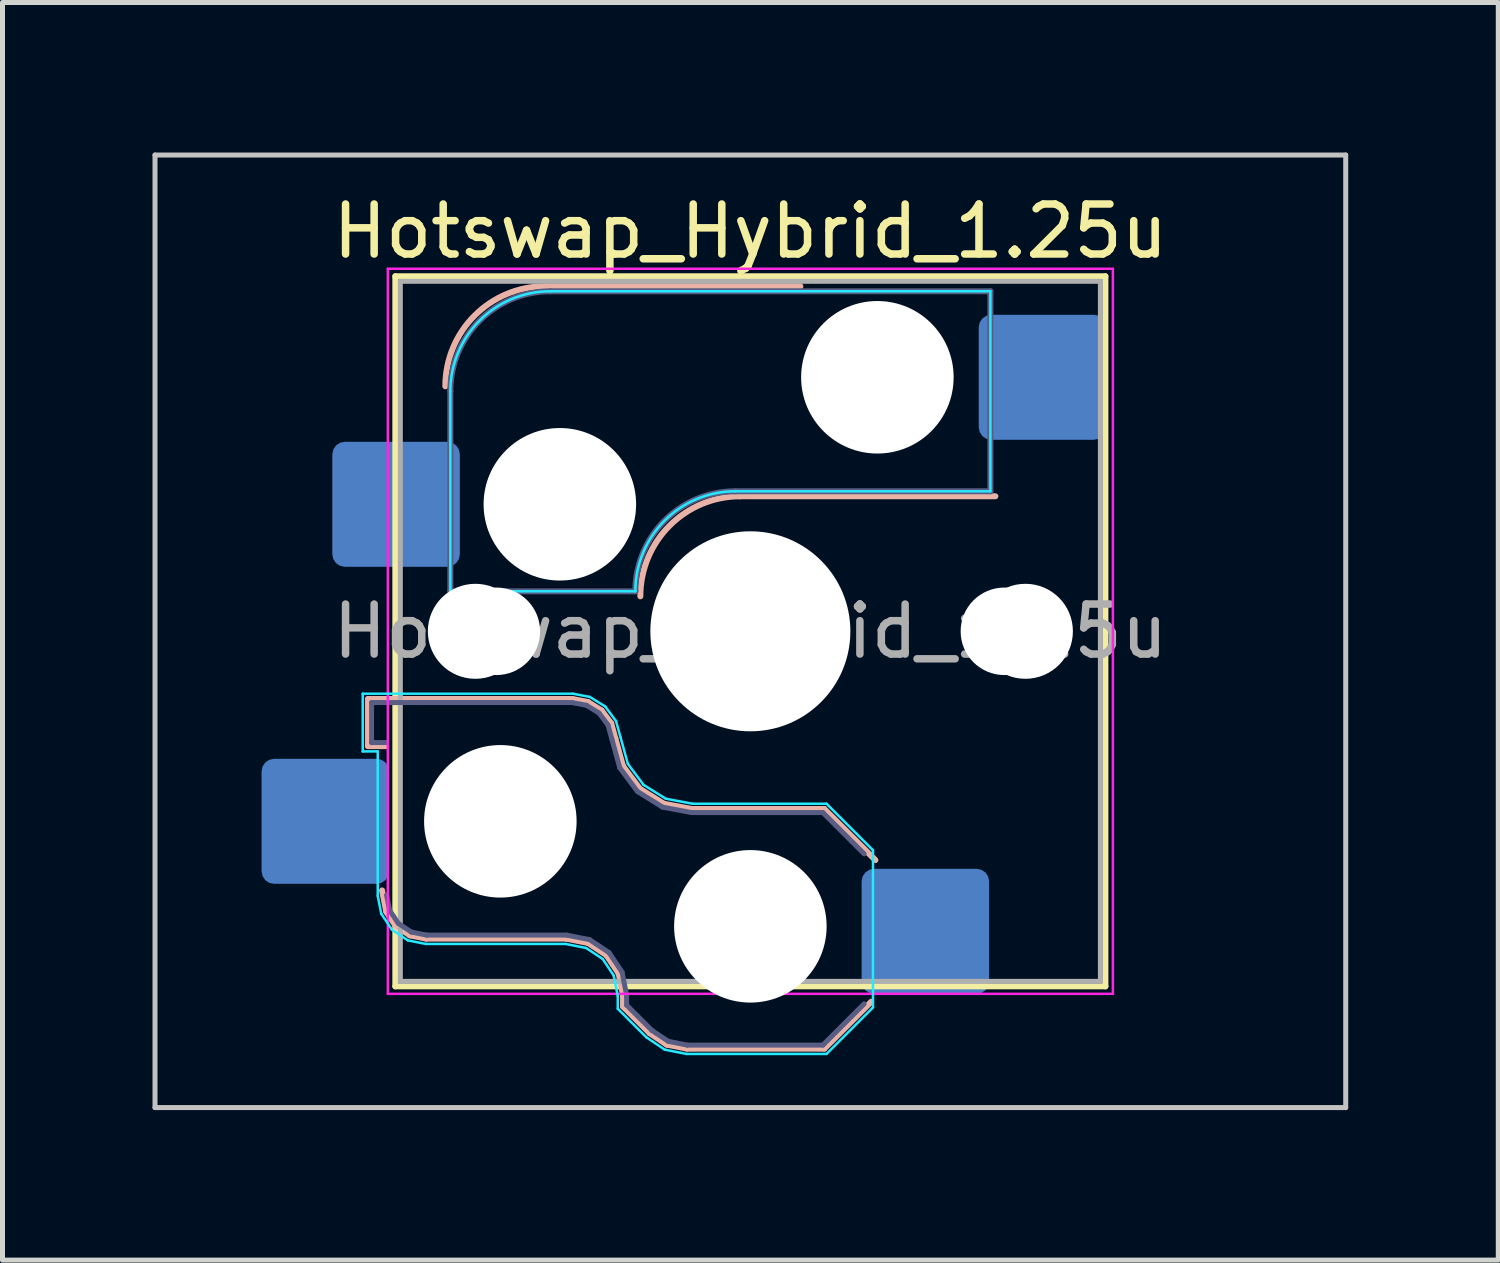
<source format=kicad_pcb>
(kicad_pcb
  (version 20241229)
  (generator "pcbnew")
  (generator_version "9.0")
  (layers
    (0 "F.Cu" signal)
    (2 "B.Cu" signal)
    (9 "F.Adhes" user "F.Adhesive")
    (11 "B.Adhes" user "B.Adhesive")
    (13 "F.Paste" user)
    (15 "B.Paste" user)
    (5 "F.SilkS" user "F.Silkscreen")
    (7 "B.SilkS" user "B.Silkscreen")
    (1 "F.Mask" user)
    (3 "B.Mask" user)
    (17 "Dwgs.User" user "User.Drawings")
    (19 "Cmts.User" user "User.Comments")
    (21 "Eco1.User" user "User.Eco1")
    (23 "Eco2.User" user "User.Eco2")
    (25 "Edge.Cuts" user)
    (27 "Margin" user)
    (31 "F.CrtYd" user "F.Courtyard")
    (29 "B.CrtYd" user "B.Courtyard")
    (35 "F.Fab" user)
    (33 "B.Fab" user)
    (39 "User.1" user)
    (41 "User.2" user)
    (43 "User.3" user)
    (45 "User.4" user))
  (footprint "Hotswap_Hybrid_1.25u"
    (layer "F.Cu")
    (at 11.956 9.575)
    (property "Reference" "Hotswap_Hybrid_1.25u" (at 0 -8 0) (layer "F.SilkS") (effects (font (size 1 1) (thickness 0.15))))
    (attr smd)
    (fp_line (start -7.1 -7.1) (end -7.1 7.1) (stroke (width 0.12) (type solid)) (layer "F.SilkS"))
    (fp_line (start -7.1 7.1) (end 7.1 7.1) (stroke (width 0.12) (type solid)) (layer "F.SilkS"))
    (fp_line (start 7.1 -7.1) (end -7.1 -7.1) (stroke (width 0.12) (type solid)) (layer "F.SilkS"))
    (fp_line (start 7.1 7.1) (end 7.1 -7.1) (stroke (width 0.12) (type solid)) (layer "F.SilkS"))
    (fp_line (start -7.646 1.354) (end -3.56 1.354) (stroke (width 0.12) (type solid)) (layer "B.SilkS"))
    (fp_line (start -7.646 2.296) (end -7.646 1.354) (stroke (width 0.12) (type solid)) (layer "B.SilkS"))
    (fp_line (start -7.283 2.296) (end -7.646 2.296) (stroke (width 0.12) (type solid)) (layer "B.SilkS"))
    (fp_line (start -7.281 5.609) (end -7.366 5.182) (stroke (width 0.12) (type solid)) (layer "B.SilkS"))
    (fp_line (start -7.092 5.892) (end -7.281 5.609) (stroke (width 0.12) (type solid)) (layer "B.SilkS"))
    (fp_line (start -6.809 6.081) (end -7.092 5.892) (stroke (width 0.12) (type solid)) (layer "B.SilkS"))
    (fp_line (start -6.482 6.146) (end -6.809 6.081) (stroke (width 0.12) (type solid)) (layer "B.SilkS"))
    (fp_line (start -4.1 -6.9) (end 1 -6.9) (stroke (width 0.12) (type solid)) (layer "B.SilkS"))
    (fp_line (start -3.682 6.146) (end -6.482 6.146) (stroke (width 0.12) (type solid)) (layer "B.SilkS"))
    (fp_line (start -3.56 1.354) (end -3.25 1.413) (stroke (width 0.12) (type solid)) (layer "B.SilkS"))
    (fp_line (start -3.25 1.413) (end -2.976 1.583) (stroke (width 0.12) (type solid)) (layer "B.SilkS"))
    (fp_line (start -3.244 6.233) (end -3.682 6.146) (stroke (width 0.12) (type solid)) (layer "B.SilkS"))
    (fp_line (start -2.976 1.583) (end -2.783 1.841) (stroke (width 0.12) (type solid)) (layer "B.SilkS"))
    (fp_line (start -2.877 6.477) (end -3.244 6.233) (stroke (width 0.12) (type solid)) (layer "B.SilkS"))
    (fp_line (start -2.783 1.841) (end -2.701 2.139) (stroke (width 0.12) (type solid)) (layer "B.SilkS"))
    (fp_line (start -2.701 2.139) (end -2.547 2.697) (stroke (width 0.12) (type solid)) (layer "B.SilkS"))
    (fp_line (start -2.633 6.844) (end -2.877 6.477) (stroke (width 0.12) (type solid)) (layer "B.SilkS"))
    (fp_line (start -2.547 2.697) (end -2.209 3.15) (stroke (width 0.12) (type solid)) (layer "B.SilkS"))
    (fp_line (start -2.546 7.504) (end -2.546 7.282) (stroke (width 0.12) (type solid)) (layer "B.SilkS"))
    (fp_line (start -2.546 7.282) (end -2.633 6.844) (stroke (width 0.12) (type solid)) (layer "B.SilkS"))
    (fp_line (start -2.209 3.15) (end -1.73 3.449) (stroke (width 0.12) (type solid)) (layer "B.SilkS"))
    (fp_line (start -2.013 8.037) (end -2.546 7.504) (stroke (width 0.12) (type solid)) (layer "B.SilkS"))
    (fp_line (start -1.73 3.449) (end -1.168 3.554) (stroke (width 0.12) (type solid)) (layer "B.SilkS"))
    (fp_line (start -1.671 8.266) (end -2.013 8.037) (stroke (width 0.12) (type solid)) (layer "B.SilkS"))
    (fp_line (start -1.268 8.346) (end -1.671 8.266) (stroke (width 0.12) (type solid)) (layer "B.SilkS"))
    (fp_line (start -1.168 3.554) (end 1.479 3.554) (stroke (width 0.12) (type solid)) (layer "B.SilkS"))
    (fp_line (start -0.2 -2.7) (end 4.9 -2.7) (stroke (width 0.12) (type solid)) (layer "B.SilkS"))
    (fp_line (start 1.479 3.554) (end 2.5 4.575) (stroke (width 0.12) (type solid)) (layer "B.SilkS"))
    (fp_line (start 1.479 8.346) (end -1.268 8.346) (stroke (width 0.12) (type solid)) (layer "B.SilkS"))
    (fp_line (start 2.416 7.409) (end 1.479 8.346) (stroke (width 0.12) (type solid)) (layer "B.SilkS"))
    (fp_arc (start -6.1 -4.9) (mid -5.514214 -6.314214) (end -4.1 -6.9) (stroke (width 0.12) (type solid)) (layer "B.SilkS"))
    (fp_arc (start -2.2 -0.7) (mid -1.614214 -2.114214) (end -0.2 -2.7) (stroke (width 0.12) (type solid)) (layer "B.SilkS"))
    (fp_line (start -11.906 -9.525) (end -11.906 9.525) (stroke (width 0.1) (type solid)) (layer "Dwgs.User"))
    (fp_line (start -11.906 9.525) (end 11.906 9.525) (stroke (width 0.1) (type solid)) (layer "Dwgs.User"))
    (fp_line (start 11.906 -9.525) (end -11.906 -9.525) (stroke (width 0.1) (type solid)) (layer "Dwgs.User"))
    (fp_line (start 11.906 9.525) (end 11.906 -9.525) (stroke (width 0.1) (type solid)) (layer "Dwgs.User"))
    (fp_line (start -7.8 -6) (end -7 -6) (stroke (width 0.1) (type solid)) (layer "Eco1.User"))
    (fp_line (start -7.8 -2.9) (end -7.8 -6) (stroke (width 0.1) (type solid)) (layer "Eco1.User"))
    (fp_line (start -7.8 2.9) (end -7 2.9) (stroke (width 0.1) (type solid)) (layer "Eco1.User"))
    (fp_line (start -7.8 6) (end -7.8 2.9) (stroke (width 0.1) (type solid)) (layer "Eco1.User"))
    (fp_line (start -7 -7) (end 7 -7) (stroke (width 0.1) (type solid)) (layer "Eco1.User"))
    (fp_line (start -7 -6) (end -7 -7) (stroke (width 0.1) (type solid)) (layer "Eco1.User"))
    (fp_line (start -7 -2.9) (end -7.8 -2.9) (stroke (width 0.1) (type solid)) (layer "Eco1.User"))
    (fp_line (start -7 2.9) (end -7 -2.9) (stroke (width 0.1) (type solid)) (layer "Eco1.User"))
    (fp_line (start -7 6) (end -7.8 6) (stroke (width 0.1) (type solid)) (layer "Eco1.User"))
    (fp_line (start -7 7) (end -7 6) (stroke (width 0.1) (type solid)) (layer "Eco1.User"))
    (fp_line (start 7 -7) (end 7 -6) (stroke (width 0.1) (type solid)) (layer "Eco1.User"))
    (fp_line (start 7 -6) (end 7.8 -6) (stroke (width 0.1) (type solid)) (layer "Eco1.User"))
    (fp_line (start 7 -2.9) (end 7 2.9) (stroke (width 0.1) (type solid)) (layer "Eco1.User"))
    (fp_line (start 7 2.9) (end 7.8 2.9) (stroke (width 0.1) (type solid)) (layer "Eco1.User"))
    (fp_line (start 7 6) (end 7 7) (stroke (width 0.1) (type solid)) (layer "Eco1.User"))
    (fp_line (start 7 7) (end -7 7) (stroke (width 0.1) (type solid)) (layer "Eco1.User"))
    (fp_line (start 7.8 -6) (end 7.8 -2.9) (stroke (width 0.1) (type solid)) (layer "Eco1.User"))
    (fp_line (start 7.8 -2.9) (end 7 -2.9) (stroke (width 0.1) (type solid)) (layer "Eco1.User"))
    (fp_line (start 7.8 2.9) (end 7.8 6) (stroke (width 0.1) (type solid)) (layer "Eco1.User"))
    (fp_line (start 7.8 6) (end 7 6) (stroke (width 0.1) (type solid)) (layer "Eco1.User"))
    (fp_line (start -7.752 1.248) (end -3.55 1.248) (stroke (width 0.05) (type solid)) (layer "B.CrtYd"))
    (fp_line (start -7.752 2.402) (end -7.752 1.248) (stroke (width 0.05) (type solid)) (layer "B.CrtYd"))
    (fp_line (start -7.452 2.402) (end -7.752 2.402) (stroke (width 0.05) (type solid)) (layer "B.CrtYd"))
    (fp_line (start -7.452 5.292) (end -7.452 2.402) (stroke (width 0.05) (type solid)) (layer "B.CrtYd"))
    (fp_line (start -7.381 5.65) (end -7.452 5.292) (stroke (width 0.05) (type solid)) (layer "B.CrtYd"))
    (fp_line (start -7.168 5.968) (end -7.381 5.65) (stroke (width 0.05) (type solid)) (layer "B.CrtYd"))
    (fp_line (start -6.85 6.181) (end -7.168 5.968) (stroke (width 0.05) (type solid)) (layer "B.CrtYd"))
    (fp_line (start -6.492 6.252) (end -6.85 6.181) (stroke (width 0.05) (type solid)) (layer "B.CrtYd"))
    (fp_line (start -6 -0.8) (end -6 -4.8) (stroke (width 0.05) (type solid)) (layer "B.CrtYd"))
    (fp_line (start -6 -0.8) (end -2.3 -0.8) (stroke (width 0.05) (type solid)) (layer "B.CrtYd"))
    (fp_line (start -4 -6.8) (end 4.8 -6.8) (stroke (width 0.05) (type solid)) (layer "B.CrtYd"))
    (fp_line (start -3.692 6.252) (end -6.492 6.252) (stroke (width 0.05) (type solid)) (layer "B.CrtYd"))
    (fp_line (start -3.55 1.248) (end -3.211 1.312) (stroke (width 0.05) (type solid)) (layer "B.CrtYd"))
    (fp_line (start -3.285 6.333) (end -3.692 6.252) (stroke (width 0.05) (type solid)) (layer "B.CrtYd"))
    (fp_line (start -3.211 1.312) (end -2.903 1.503) (stroke (width 0.05) (type solid)) (layer "B.CrtYd"))
    (fp_line (start -2.953 6.553) (end -3.285 6.333) (stroke (width 0.05) (type solid)) (layer "B.CrtYd"))
    (fp_line (start -2.903 1.503) (end -2.687 1.794) (stroke (width 0.05) (type solid)) (layer "B.CrtYd"))
    (fp_line (start -2.733 6.885) (end -2.953 6.553) (stroke (width 0.05) (type solid)) (layer "B.CrtYd"))
    (fp_line (start -2.687 1.794) (end -2.599 2.111) (stroke (width 0.05) (type solid)) (layer "B.CrtYd"))
    (fp_line (start -2.652 7.292) (end -2.733 6.885) (stroke (width 0.05) (type solid)) (layer "B.CrtYd"))
    (fp_line (start -2.652 7.548) (end -2.652 7.292) (stroke (width 0.05) (type solid)) (layer "B.CrtYd"))
    (fp_line (start -2.599 2.111) (end -2.45 2.65) (stroke (width 0.05) (type solid)) (layer "B.CrtYd"))
    (fp_line (start -2.45 2.65) (end -2.136 3.071) (stroke (width 0.05) (type solid)) (layer "B.CrtYd"))
    (fp_line (start -2.136 3.071) (end -1.691 3.348) (stroke (width 0.05) (type solid)) (layer "B.CrtYd"))
    (fp_line (start -2.081 8.119) (end -2.652 7.548) (stroke (width 0.05) (type solid)) (layer "B.CrtYd"))
    (fp_line (start -1.712 8.366) (end -2.081 8.119) (stroke (width 0.05) (type solid)) (layer "B.CrtYd"))
    (fp_line (start -1.691 3.348) (end -1.159 3.448) (stroke (width 0.05) (type solid)) (layer "B.CrtYd"))
    (fp_line (start -1.278 8.452) (end -1.712 8.366) (stroke (width 0.05) (type solid)) (layer "B.CrtYd"))
    (fp_line (start -1.159 3.448) (end 1.523 3.448) (stroke (width 0.05) (type solid)) (layer "B.CrtYd"))
    (fp_line (start -0.3 -2.8) (end 4.8 -2.8) (stroke (width 0.05) (type solid)) (layer "B.CrtYd"))
    (fp_line (start 1.523 3.448) (end 2.452 4.377) (stroke (width 0.05) (type solid)) (layer "B.CrtYd"))
    (fp_line (start 1.523 8.452) (end -1.278 8.452) (stroke (width 0.05) (type solid)) (layer "B.CrtYd"))
    (fp_line (start 2.452 4.377) (end 2.452 7.523) (stroke (width 0.05) (type solid)) (layer "B.CrtYd"))
    (fp_line (start 2.452 7.523) (end 1.523 8.452) (stroke (width 0.05) (type solid)) (layer "B.CrtYd"))
    (fp_line (start 4.8 -6.8) (end 4.8 -2.8) (stroke (width 0.05) (type solid)) (layer "B.CrtYd"))
    (fp_arc (start -6 -4.8) (mid -5.414214 -6.214213) (end -4 -6.8) (stroke (width 0.05) (type solid)) (layer "B.CrtYd"))
    (fp_arc (start -2.3 -0.8) (mid -1.714214 -2.214214) (end -0.3 -2.8) (stroke (width 0.05) (type solid)) (layer "B.CrtYd"))
    (fp_line (start -7.25 -7.25) (end -7.25 7.25) (stroke (width 0.05) (type solid)) (layer "F.CrtYd"))
    (fp_line (start -7.25 7.25) (end 7.25 7.25) (stroke (width 0.05) (type solid)) (layer "F.CrtYd"))
    (fp_line (start 7.25 -7.25) (end -7.25 -7.25) (stroke (width 0.05) (type solid)) (layer "F.CrtYd"))
    (fp_line (start 7.25 7.25) (end 7.25 -7.25) (stroke (width 0.05) (type solid)) (layer "F.CrtYd"))
    (fp_line (start -7.575 1.425) (end -3.567 1.425) (stroke (width 0.1) (type solid)) (layer "B.Fab"))
    (fp_line (start -7.575 2.225) (end -7.575 1.425) (stroke (width 0.1) (type solid)) (layer "B.Fab"))
    (fp_line (start -7.275 2.225) (end -7.575 2.225) (stroke (width 0.1) (type solid)) (layer "B.Fab"))
    (fp_line (start -7.214 5.581) (end -7.275 5.275) (stroke (width 0.1) (type solid)) (layer "B.Fab"))
    (fp_line (start -7.041 5.841) (end -7.214 5.581) (stroke (width 0.1) (type solid)) (layer "B.Fab"))
    (fp_line (start -6.781 6.014) (end -7.041 5.841) (stroke (width 0.1) (type solid)) (layer "B.Fab"))
    (fp_line (start -6.475 6.075) (end -6.781 6.014) (stroke (width 0.1) (type solid)) (layer "B.Fab"))
    (fp_line (start -6 -0.8) (end -6 -4.8) (stroke (width 0.12) (type solid)) (layer "B.Fab"))
    (fp_line (start -6 -0.8) (end -2.3 -0.8) (stroke (width 0.12) (type solid)) (layer "B.Fab"))
    (fp_line (start -4 -6.8) (end 4.8 -6.8) (stroke (width 0.12) (type solid)) (layer "B.Fab"))
    (fp_line (start -3.675 6.075) (end -6.475 6.075) (stroke (width 0.1) (type solid)) (layer "B.Fab"))
    (fp_line (start -3.567 1.425) (end -3.276 1.48) (stroke (width 0.1) (type solid)) (layer "B.Fab"))
    (fp_line (start -3.276 1.48) (end -3.025 1.636) (stroke (width 0.1) (type solid)) (layer "B.Fab"))
    (fp_line (start -3.216 6.166) (end -3.675 6.075) (stroke (width 0.1) (type solid)) (layer "B.Fab"))
    (fp_line (start -3.025 1.636) (end -2.848 1.873) (stroke (width 0.1) (type solid)) (layer "B.Fab"))
    (fp_line (start -2.848 1.873) (end -2.769 2.158) (stroke (width 0.1) (type solid)) (layer "B.Fab"))
    (fp_line (start -2.826 6.426) (end -3.216 6.166) (stroke (width 0.1) (type solid)) (layer "B.Fab"))
    (fp_line (start -2.769 2.158) (end -2.612 2.729) (stroke (width 0.1) (type solid)) (layer "B.Fab"))
    (fp_line (start -2.612 2.729) (end -2.258 3.203) (stroke (width 0.1) (type solid)) (layer "B.Fab"))
    (fp_line (start -2.566 6.816) (end -2.826 6.426) (stroke (width 0.1) (type solid)) (layer "B.Fab"))
    (fp_line (start -2.475 7.275) (end -2.566 6.816) (stroke (width 0.1) (type solid)) (layer "B.Fab"))
    (fp_line (start -2.475 7.475) (end -2.475 7.275) (stroke (width 0.1) (type solid)) (layer "B.Fab"))
    (fp_line (start -2.258 3.203) (end -1.756 3.516) (stroke (width 0.1) (type solid)) (layer "B.Fab"))
    (fp_line (start -1.968 7.982) (end -2.475 7.475) (stroke (width 0.1) (type solid)) (layer "B.Fab"))
    (fp_line (start -1.756 3.516) (end -1.175 3.625) (stroke (width 0.1) (type solid)) (layer "B.Fab"))
    (fp_line (start -1.643 8.199) (end -1.968 7.982) (stroke (width 0.1) (type solid)) (layer "B.Fab"))
    (fp_line (start -1.261 8.275) (end -1.643 8.199) (stroke (width 0.1) (type solid)) (layer "B.Fab"))
    (fp_line (start -1.175 3.625) (end 1.45 3.625) (stroke (width 0.1) (type solid)) (layer "B.Fab"))
    (fp_line (start -0.3 -2.8) (end 4.8 -2.8) (stroke (width 0.12) (type solid)) (layer "B.Fab"))
    (fp_line (start 1.45 3.625) (end 2.275 4.45) (stroke (width 0.1) (type solid)) (layer "B.Fab"))
    (fp_line (start 1.45 8.275) (end -1.261 8.275) (stroke (width 0.1) (type solid)) (layer "B.Fab"))
    (fp_line (start 2.275 7.45) (end 1.45 8.275) (stroke (width 0.1) (type solid)) (layer "B.Fab"))
    (fp_line (start 4.8 -6.8) (end 4.8 -2.8) (stroke (width 0.12) (type solid)) (layer "B.Fab"))
    (fp_arc (start -6 -4.8) (mid -5.414214 -6.214213) (end -4 -6.8) (stroke (width 0.12) (type solid)) (layer "B.Fab"))
    (fp_arc (start -2.3 -0.8) (mid -1.714214 -2.214214) (end -0.3 -2.8) (stroke (width 0.12) (type solid)) (layer "B.Fab"))
    (fp_line (start -7 -7) (end -7 7) (stroke (width 0.1) (type solid)) (layer "F.Fab"))
    (fp_line (start -7 7) (end 7 7) (stroke (width 0.1) (type solid)) (layer "F.Fab"))
    (fp_line (start 7 -7) (end -7 -7) (stroke (width 0.1) (type solid)) (layer "F.Fab"))
    (fp_line (start 7 7) (end 7 -7) (stroke (width 0.1) (type solid)) (layer "F.Fab"))
    (fp_text user "${REFERENCE}" (at 0 0 0) (layer "F.Fab") (effects (font (size 1 1) (thickness 0.15))))
    (pad "" np_thru_hole circle (at -5.5 0 180) (size 1.9 1.9) (drill 1.9) (layers "*.Cu" "*.Mask"))
    (pad "" np_thru_hole circle (at -5.08 0) (size 1.75 1.75) (drill 1.75) (layers "*.Cu" "*.Mask"))
    (pad "" np_thru_hole circle (at -5 3.8 180) (size 3.05 3.05) (drill 3.05) (layers "*.Cu" "*.Mask"))
    (pad "" np_thru_hole circle (at -3.81 -2.54) (size 3.05 3.05) (drill 3.05) (layers "*.Cu" "*.Mask"))
    (pad "" np_thru_hole circle (at 0 0 180) (size 3.45 3.45) (drill 3.45) (layers "*.Cu" "*.Mask"))
    (pad "" np_thru_hole circle (at 0 0) (size 4 4) (drill 4) (layers "*.Cu" "*.Mask"))
    (pad "" np_thru_hole circle (at 0 5.9 180) (size 3.05 3.05) (drill 3.05) (layers "*.Cu" "*.Mask"))
    (pad "" np_thru_hole circle (at 2.54 -5.08) (size 3.05 3.05) (drill 3.05) (layers "*.Cu" "*.Mask"))
    (pad "" np_thru_hole circle (at 5.08 0) (size 1.75 1.75) (drill 1.75) (layers "*.Cu" "*.Mask"))
    (pad "" np_thru_hole circle (at 5.5 0 180) (size 1.9 1.9) (drill 1.9) (layers "*.Cu" "*.Mask"))
    (pad "1" smd roundrect (at -7.085 -2.54) (size 2.55 2.5) (layers "B.Cu" "B.Mask" "B.Paste") (roundrect_rratio 0.1))
    (pad "1" smd roundrect (at 3.5 6 180) (size 2.55 2.5) (layers "B.Cu" "B.Mask" "B.Paste") (roundrect_rratio 0.1))
    (pad "2" smd roundrect (at -8.5 3.8 180) (size 2.55 2.5) (layers "B.Cu" "B.Mask" "B.Paste") (roundrect_rratio 0.1))
    (pad "2" smd roundrect (at 5.842 -5.08) (size 2.55 2.5) (layers "B.Cu" "B.Mask" "B.Paste") (roundrect_rratio 0.1)))
  (gr_rect
    (start -3 -3)
    (end 26.913 22.15)
    (stroke (width 0.1) (type default))
    (fill no)
    (layer "Edge.Cuts")))
</source>
